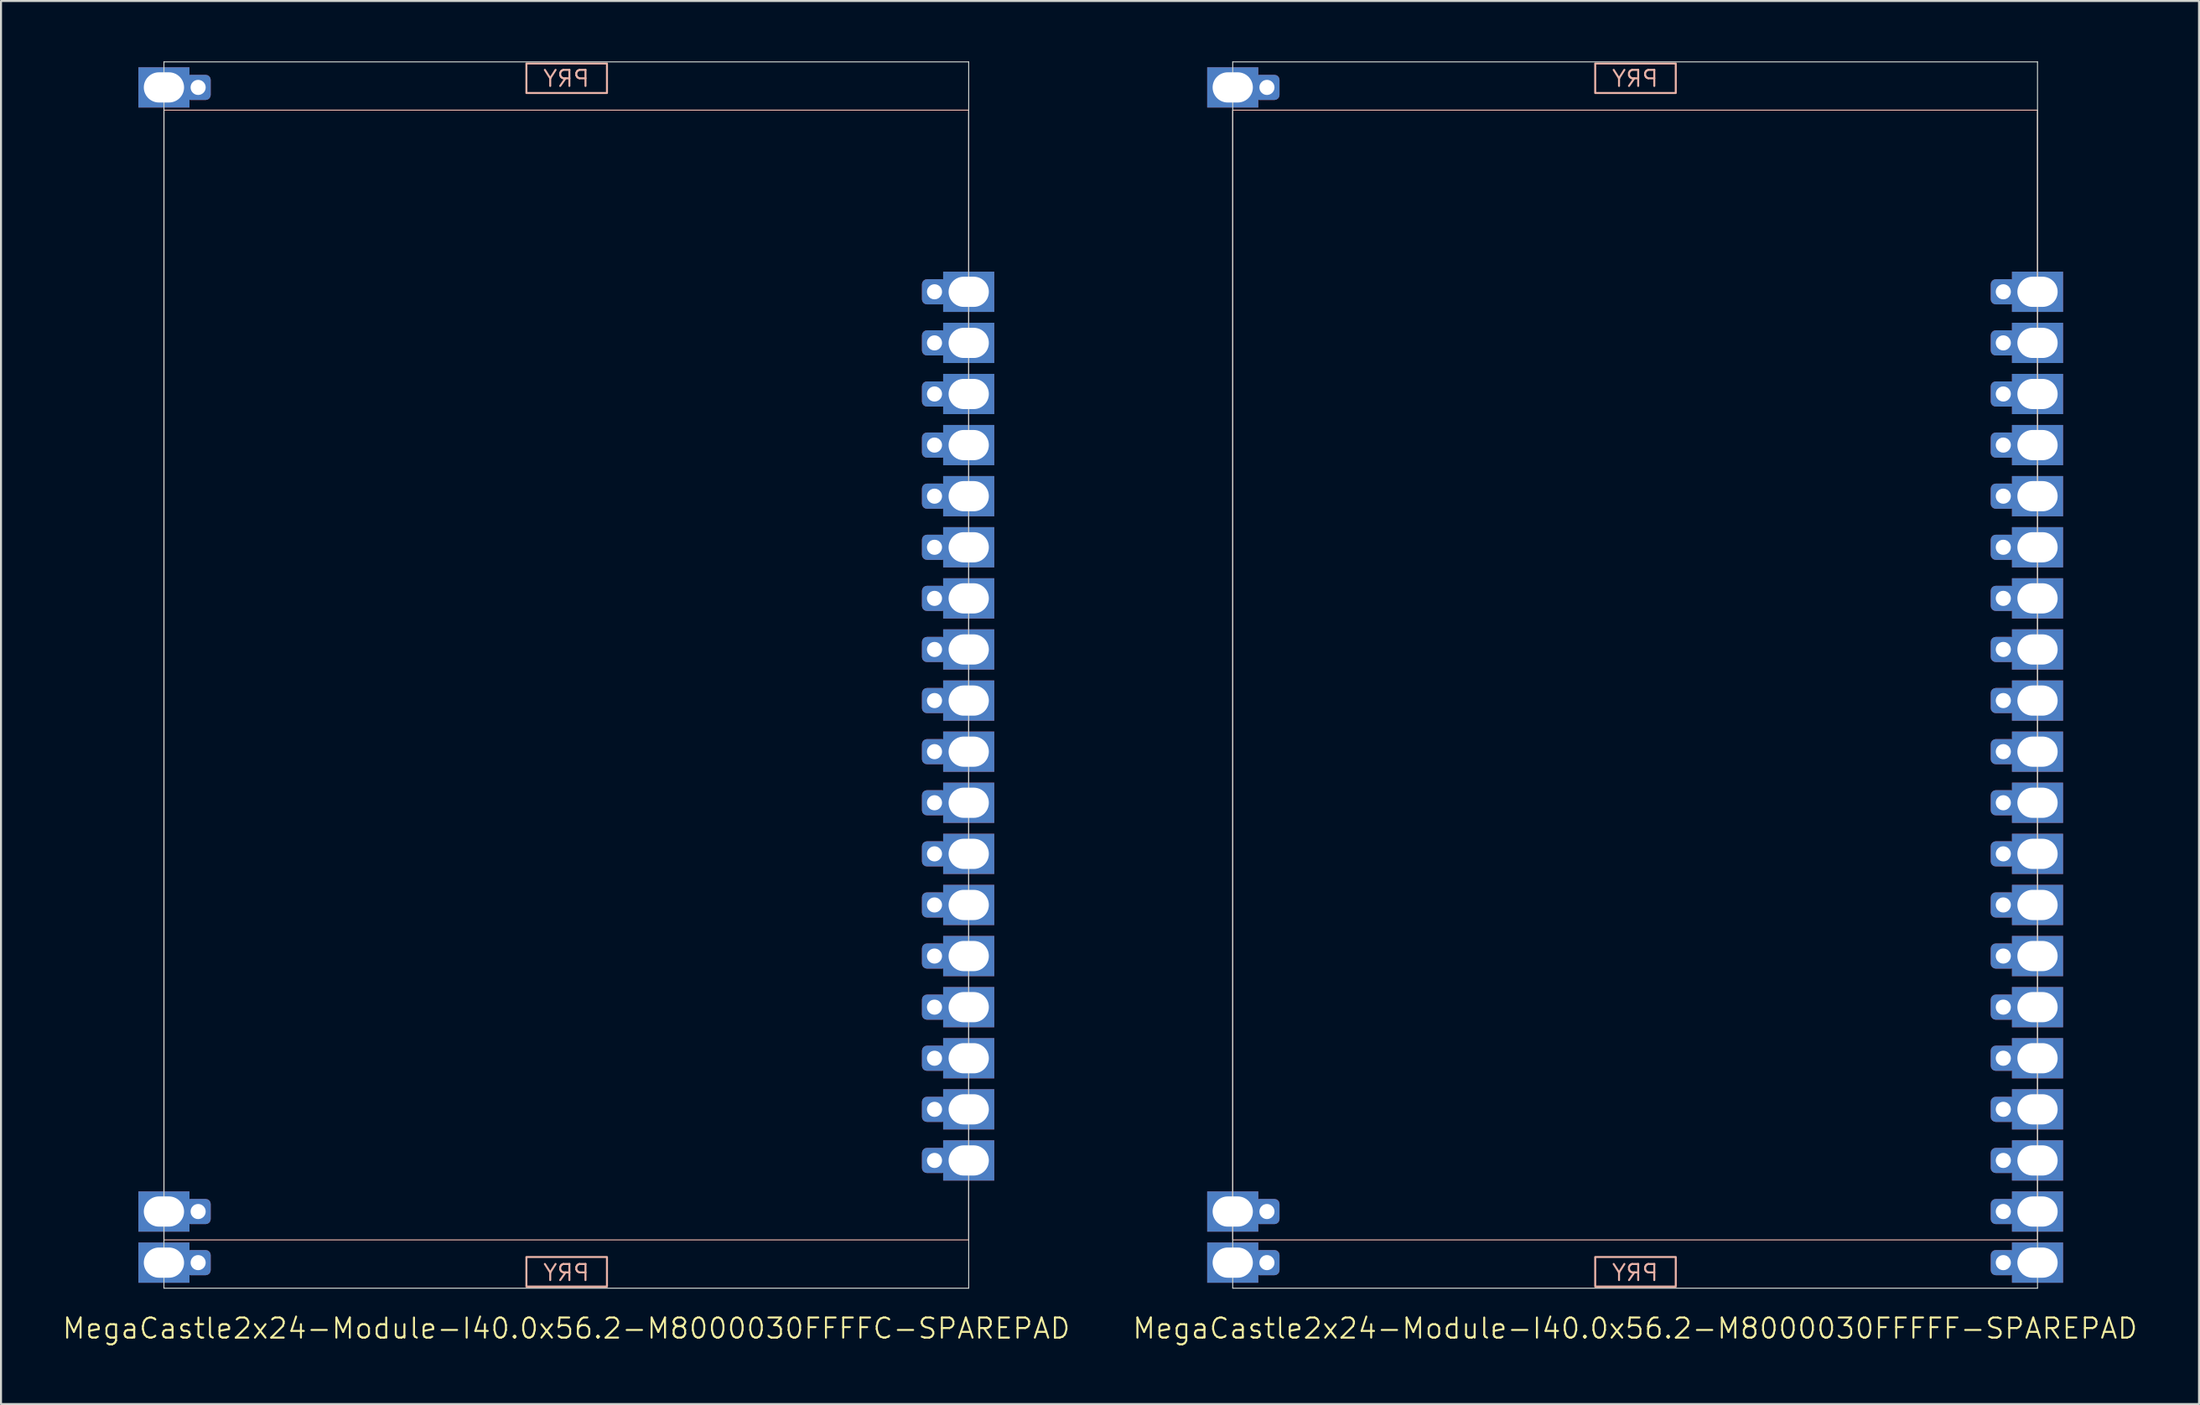
<source format=kicad_pcb>
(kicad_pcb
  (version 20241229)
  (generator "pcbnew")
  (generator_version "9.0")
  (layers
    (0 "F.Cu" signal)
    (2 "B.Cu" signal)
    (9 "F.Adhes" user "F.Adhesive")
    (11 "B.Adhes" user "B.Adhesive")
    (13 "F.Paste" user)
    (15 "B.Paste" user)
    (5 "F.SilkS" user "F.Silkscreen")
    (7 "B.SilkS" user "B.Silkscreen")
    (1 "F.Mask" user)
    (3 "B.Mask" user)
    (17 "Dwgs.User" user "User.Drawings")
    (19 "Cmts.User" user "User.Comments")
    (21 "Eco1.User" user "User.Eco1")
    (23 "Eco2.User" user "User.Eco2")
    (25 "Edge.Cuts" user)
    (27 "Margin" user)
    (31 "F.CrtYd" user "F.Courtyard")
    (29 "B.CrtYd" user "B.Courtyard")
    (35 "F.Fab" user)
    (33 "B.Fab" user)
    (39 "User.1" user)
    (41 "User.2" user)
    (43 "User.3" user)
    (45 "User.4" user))
  (footprint "MegaCastle2x24-Module-I40.0x56.2-M8000030FFFFC-SPAREPAD"
    (layer "F.Cu")
    (at 25.098 30.505)
    (property "Reference" "MegaCastle2x24-Module-I40.0x56.2-M8000030FFFFC-SPAREPAD" (at 0 32.48 0) (unlocked yes) (layer "F.SilkS") (effects (font (size 1 1) (thickness 0.1))))
    (attr smd)
    (fp_rect (start -20 28.08) (end 20 -28.08) (stroke (width 0.05) (type default)) (fill no) (layer "B.SilkS"))
    (fp_rect (start -1.984 -28.931) (end 2.02 -30.4) (stroke (width 0.1) (type default)) (fill no) (layer "B.SilkS"))
    (fp_rect (start -1.984 28.931) (end 2.02 30.4) (stroke (width 0.1) (type default)) (fill no) (layer "B.SilkS"))
    (fp_line (start -20 -30.48) (end -20 30.48) (stroke (width 0.05) (type default)) (layer "Edge.Cuts"))
    (fp_line (start -20 -30.48) (end 20 -30.48) (stroke (width 0.05) (type default)) (layer "Edge.Cuts"))
    (fp_line (start -20 30.48) (end 20 30.48) (stroke (width 0.05) (type default)) (layer "Edge.Cuts"))
    (fp_line (start 20 -30.48) (end 20 30.48) (stroke (width 0.05) (type default)) (layer "Edge.Cuts"))
    (fp_text user "PRY" (at 0 -29.18 0) (unlocked yes) (layer "B.SilkS") (effects (font (size 0.8 0.8) (thickness 0.1)) (justify bottom mirror)))
    (fp_text user "PRY" (at 0 30.18 0) (unlocked yes) (layer "B.SilkS") (effects (font (size 0.8 0.8) (thickness 0.1)) (justify bottom mirror)))
    (pad "1" thru_hole rect (at -20 -29.21) (size 2.54 2) (drill oval 2 1.5) (property pad_prop_castellated) (layers "*.Cu" "*.Mask"))
    (pad "1" thru_hole roundrect (at -18.3 -29.21 180) (size 1.25 1.25) (drill 0.75) (layers "*.Cu" "*.Mask") (roundrect_rratio 0.2))
    (pad "23" thru_hole rect (at -20 26.67) (size 2.54 2) (drill oval 2 1.5) (property pad_prop_castellated) (layers "*.Cu" "*.Mask"))
    (pad "23" thru_hole roundrect (at -18.3 26.67 180) (size 1.25 1.25) (drill 0.75) (layers "*.Cu" "*.Mask") (roundrect_rratio 0.2))
    (pad "24" thru_hole rect (at -20 29.21) (size 2.54 2) (drill oval 2 1.5) (property pad_prop_castellated) (layers "*.Cu" "*.Mask"))
    (pad "24" thru_hole roundrect (at -18.3 29.21 180) (size 1.25 1.25) (drill 0.75) (layers "*.Cu" "*.Mask") (roundrect_rratio 0.2))
    (pad "29" thru_hole roundrect (at 18.3 -19.05 180) (size 1.25 1.25) (drill 0.75) (layers "*.Cu" "*.Mask") (roundrect_rratio 0.2))
    (pad "29" thru_hole rect (at 20 -19.05) (size 2.54 2) (drill oval 2 1.5) (property pad_prop_castellated) (layers "*.Cu" "*.Mask"))
    (pad "30" thru_hole roundrect (at 18.3 -16.51 180) (size 1.25 1.25) (drill 0.75) (layers "*.Cu" "*.Mask") (roundrect_rratio 0.2))
    (pad "30" thru_hole rect (at 20 -16.51) (size 2.54 2) (drill oval 2 1.5) (property pad_prop_castellated) (layers "*.Cu" "*.Mask"))
    (pad "31" thru_hole roundrect (at 18.3 -13.97 180) (size 1.25 1.25) (drill 0.75) (layers "*.Cu" "*.Mask") (roundrect_rratio 0.2))
    (pad "31" thru_hole rect (at 20 -13.97) (size 2.54 2) (drill oval 2 1.5) (property pad_prop_castellated) (layers "*.Cu" "*.Mask"))
    (pad "32" thru_hole roundrect (at 18.3 -11.43 180) (size 1.25 1.25) (drill 0.75) (layers "*.Cu" "*.Mask") (roundrect_rratio 0.2))
    (pad "32" thru_hole rect (at 20 -11.43) (size 2.54 2) (drill oval 2 1.5) (property pad_prop_castellated) (layers "*.Cu" "*.Mask"))
    (pad "33" thru_hole roundrect (at 18.3 -8.89 180) (size 1.25 1.25) (drill 0.75) (layers "*.Cu" "*.Mask") (roundrect_rratio 0.2))
    (pad "33" thru_hole rect (at 20 -8.89) (size 2.54 2) (drill oval 2 1.5) (property pad_prop_castellated) (layers "*.Cu" "*.Mask"))
    (pad "34" thru_hole roundrect (at 18.3 -6.35 180) (size 1.25 1.25) (drill 0.75) (layers "*.Cu" "*.Mask") (roundrect_rratio 0.2))
    (pad "34" thru_hole rect (at 20 -6.35) (size 2.54 2) (drill oval 2 1.5) (property pad_prop_castellated) (layers "*.Cu" "*.Mask"))
    (pad "35" thru_hole roundrect (at 18.3 -3.81 180) (size 1.25 1.25) (drill 0.75) (layers "*.Cu" "*.Mask") (roundrect_rratio 0.2))
    (pad "35" thru_hole rect (at 20 -3.81) (size 2.54 2) (drill oval 2 1.5) (property pad_prop_castellated) (layers "*.Cu" "*.Mask"))
    (pad "36" thru_hole roundrect (at 18.3 -1.27 180) (size 1.25 1.25) (drill 0.75) (layers "*.Cu" "*.Mask") (roundrect_rratio 0.2))
    (pad "36" thru_hole rect (at 20 -1.27) (size 2.54 2) (drill oval 2 1.5) (property pad_prop_castellated) (layers "*.Cu" "*.Mask"))
    (pad "37" thru_hole roundrect (at 18.3 1.27 180) (size 1.25 1.25) (drill 0.75) (layers "*.Cu" "*.Mask") (roundrect_rratio 0.2))
    (pad "37" thru_hole rect (at 20 1.27) (size 2.54 2) (drill oval 2 1.5) (property pad_prop_castellated) (layers "*.Cu" "*.Mask"))
    (pad "38" thru_hole roundrect (at 18.3 3.81 180) (size 1.25 1.25) (drill 0.75) (layers "*.Cu" "*.Mask") (roundrect_rratio 0.2))
    (pad "38" thru_hole rect (at 20 3.81) (size 2.54 2) (drill oval 2 1.5) (property pad_prop_castellated) (layers "*.Cu" "*.Mask"))
    (pad "39" thru_hole roundrect (at 18.3 6.35 180) (size 1.25 1.25) (drill 0.75) (layers "*.Cu" "*.Mask") (roundrect_rratio 0.2))
    (pad "39" thru_hole rect (at 20 6.35) (size 2.54 2) (drill oval 2 1.5) (property pad_prop_castellated) (layers "*.Cu" "*.Mask"))
    (pad "40" thru_hole roundrect (at 18.3 8.89 180) (size 1.25 1.25) (drill 0.75) (layers "*.Cu" "*.Mask") (roundrect_rratio 0.2))
    (pad "40" thru_hole rect (at 20 8.89) (size 2.54 2) (drill oval 2 1.5) (property pad_prop_castellated) (layers "*.Cu" "*.Mask"))
    (pad "41" thru_hole roundrect (at 18.3 11.43 180) (size 1.25 1.25) (drill 0.75) (layers "*.Cu" "*.Mask") (roundrect_rratio 0.2))
    (pad "41" thru_hole rect (at 20 11.43) (size 2.54 2) (drill oval 2 1.5) (property pad_prop_castellated) (layers "*.Cu" "*.Mask"))
    (pad "42" thru_hole roundrect (at 18.3 13.97 180) (size 1.25 1.25) (drill 0.75) (layers "*.Cu" "*.Mask") (roundrect_rratio 0.2))
    (pad "42" thru_hole rect (at 20 13.97) (size 2.54 2) (drill oval 2 1.5) (property pad_prop_castellated) (layers "*.Cu" "*.Mask"))
    (pad "43" thru_hole roundrect (at 18.3 16.51 180) (size 1.25 1.25) (drill 0.75) (layers "*.Cu" "*.Mask") (roundrect_rratio 0.2))
    (pad "43" thru_hole rect (at 20 16.51) (size 2.54 2) (drill oval 2 1.5) (property pad_prop_castellated) (layers "*.Cu" "*.Mask"))
    (pad "44" thru_hole roundrect (at 18.3 19.05 180) (size 1.25 1.25) (drill 0.75) (layers "*.Cu" "*.Mask") (roundrect_rratio 0.2))
    (pad "44" thru_hole rect (at 20 19.05) (size 2.54 2) (drill oval 2 1.5) (property pad_prop_castellated) (layers "*.Cu" "*.Mask"))
    (pad "45" thru_hole roundrect (at 18.3 21.59 180) (size 1.25 1.25) (drill 0.75) (layers "*.Cu" "*.Mask") (roundrect_rratio 0.2))
    (pad "45" thru_hole rect (at 20 21.59) (size 2.54 2) (drill oval 2 1.5) (property pad_prop_castellated) (layers "*.Cu" "*.Mask"))
    (pad "46" thru_hole roundrect (at 18.3 24.13 180) (size 1.25 1.25) (drill 0.75) (layers "*.Cu" "*.Mask") (roundrect_rratio 0.2))
    (pad "46" thru_hole rect (at 20 24.13) (size 2.54 2) (drill oval 2 1.5) (property pad_prop_castellated) (layers "*.Cu" "*.Mask"))
    (zone (net_name "") (layer "B.Cu") (hatch edge 0.5) (connect_pads) (min_thickness 0.25) (filled_areas_thickness no) (keepout (tracks allowed) (vias allowed) (pads allowed) (copperpour allowed) (footprints not_allowed)) (placement (enabled no)) (fill) (polygon (pts (xy 5.098 60.985) (xy 5.098 0.025))))
    (zone (net_name "") (layer "B.Cu") (hatch edge 0.5) (connect_pads) (min_thickness 0.25) (filled_areas_thickness no) (keepout (tracks allowed) (vias allowed) (pads allowed) (copperpour allowed) (footprints not_allowed)) (placement (enabled no)) (fill) (polygon (pts (xy 45.098 60.985) (xy 45.098 0.025))))
    (zone (net_name "") (layer "B.Cu") (hatch edge 0.5) (connect_pads) (min_thickness 0.25) (filled_areas_thickness no) (keepout (tracks allowed) (vias allowed) (pads allowed) (copperpour allowed) (footprints not_allowed)) (placement (enabled no)) (fill) (polygon (pts (xy 5.098 0.025) (xy 5.098 2.425) (xy 45.098 2.425) (xy 45.098 0.025))))
    (zone (net_name "") (layer "B.Cu") (hatch edge 0.5) (connect_pads) (min_thickness 0.25) (filled_areas_thickness no) (keepout (tracks allowed) (vias allowed) (pads allowed) (copperpour allowed) (footprints not_allowed)) (placement (enabled no)) (fill) (polygon (pts (xy 5.098 60.985) (xy 5.098 58.585) (xy 45.098 58.585) (xy 45.098 60.985))))
    (zone (net_name "") (layer "B.Cu") (name "Upper Pry Zone") (hatch edge 0.5) (connect_pads) (min_thickness 0.25) (filled_areas_thickness no) (keepout (tracks not_allowed) (vias not_allowed) (pads not_allowed) (copperpour allowed) (footprints not_allowed)) (placement (enabled no)) (fill) (polygon (pts (xy 23.113 1.574) (xy 23.113 0.105) (xy 27.117 0.105) (xy 27.117 1.574))))
    (zone (net_name "") (layer "B.Cu") (name "Upper Pry Zone") (hatch edge 0.5) (connect_pads) (min_thickness 0.25) (filled_areas_thickness no) (keepout (tracks not_allowed) (vias not_allowed) (pads not_allowed) (copperpour allowed) (footprints not_allowed)) (placement (enabled no)) (fill) (polygon (pts (xy 23.113 59.436) (xy 23.113 60.905) (xy 27.117 60.905) (xy 27.117 59.436)))))
  (footprint "MegaCastle2x24-Module-I40.0x56.2-M8000030FFFFF-SPAREPAD"
    (layer "F.Cu")
    (at 78.221 30.505)
    (property "Reference" "MegaCastle2x24-Module-I40.0x56.2-M8000030FFFFF-SPAREPAD" (at 0 32.48 0) (unlocked yes) (layer "F.SilkS") (effects (font (size 1 1) (thickness 0.1))))
    (attr smd)
    (fp_rect (start -20 28.08) (end 20 -28.08) (stroke (width 0.05) (type default)) (fill no) (layer "B.SilkS"))
    (fp_rect (start -1.984 -28.931) (end 2.02 -30.4) (stroke (width 0.1) (type default)) (fill no) (layer "B.SilkS"))
    (fp_rect (start -1.984 28.931) (end 2.02 30.4) (stroke (width 0.1) (type default)) (fill no) (layer "B.SilkS"))
    (fp_line (start -20 -30.48) (end -20 30.48) (stroke (width 0.05) (type default)) (layer "Edge.Cuts"))
    (fp_line (start -20 -30.48) (end 20 -30.48) (stroke (width 0.05) (type default)) (layer "Edge.Cuts"))
    (fp_line (start -20 30.48) (end 20 30.48) (stroke (width 0.05) (type default)) (layer "Edge.Cuts"))
    (fp_line (start 20 -30.48) (end 20 30.48) (stroke (width 0.05) (type default)) (layer "Edge.Cuts"))
    (fp_text user "PRY" (at 0 30.18 0) (unlocked yes) (layer "B.SilkS") (effects (font (size 0.8 0.8) (thickness 0.1)) (justify bottom mirror)))
    (fp_text user "PRY" (at 0 -29.18 0) (unlocked yes) (layer "B.SilkS") (effects (font (size 0.8 0.8) (thickness 0.1)) (justify bottom mirror)))
    (pad "1" thru_hole rect (at -20 -29.21) (size 2.54 2) (drill oval 2 1.5) (property pad_prop_castellated) (layers "*.Cu" "*.Mask"))
    (pad "1" thru_hole roundrect (at -18.3 -29.21 180) (size 1.25 1.25) (drill 0.75) (layers "*.Cu" "*.Mask") (roundrect_rratio 0.2))
    (pad "23" thru_hole rect (at -20 26.67) (size 2.54 2) (drill oval 2 1.5) (property pad_prop_castellated) (layers "*.Cu" "*.Mask"))
    (pad "23" thru_hole roundrect (at -18.3 26.67 180) (size 1.25 1.25) (drill 0.75) (layers "*.Cu" "*.Mask") (roundrect_rratio 0.2))
    (pad "24" thru_hole rect (at -20 29.21) (size 2.54 2) (drill oval 2 1.5) (property pad_prop_castellated) (layers "*.Cu" "*.Mask"))
    (pad "24" thru_hole roundrect (at -18.3 29.21 180) (size 1.25 1.25) (drill 0.75) (layers "*.Cu" "*.Mask") (roundrect_rratio 0.2))
    (pad "29" thru_hole roundrect (at 18.3 -19.05 180) (size 1.25 1.25) (drill 0.75) (layers "*.Cu" "*.Mask") (roundrect_rratio 0.2))
    (pad "29" thru_hole rect (at 20 -19.05) (size 2.54 2) (drill oval 2 1.5) (property pad_prop_castellated) (layers "*.Cu" "*.Mask"))
    (pad "30" thru_hole roundrect (at 18.3 -16.51 180) (size 1.25 1.25) (drill 0.75) (layers "*.Cu" "*.Mask") (roundrect_rratio 0.2))
    (pad "30" thru_hole rect (at 20 -16.51) (size 2.54 2) (drill oval 2 1.5) (property pad_prop_castellated) (layers "*.Cu" "*.Mask"))
    (pad "31" thru_hole roundrect (at 18.3 -13.97 180) (size 1.25 1.25) (drill 0.75) (layers "*.Cu" "*.Mask") (roundrect_rratio 0.2))
    (pad "31" thru_hole rect (at 20 -13.97) (size 2.54 2) (drill oval 2 1.5) (property pad_prop_castellated) (layers "*.Cu" "*.Mask"))
    (pad "32" thru_hole roundrect (at 18.3 -11.43 180) (size 1.25 1.25) (drill 0.75) (layers "*.Cu" "*.Mask") (roundrect_rratio 0.2))
    (pad "32" thru_hole rect (at 20 -11.43) (size 2.54 2) (drill oval 2 1.5) (property pad_prop_castellated) (layers "*.Cu" "*.Mask"))
    (pad "33" thru_hole roundrect (at 18.3 -8.89 180) (size 1.25 1.25) (drill 0.75) (layers "*.Cu" "*.Mask") (roundrect_rratio 0.2))
    (pad "33" thru_hole rect (at 20 -8.89) (size 2.54 2) (drill oval 2 1.5) (property pad_prop_castellated) (layers "*.Cu" "*.Mask"))
    (pad "34" thru_hole roundrect (at 18.3 -6.35 180) (size 1.25 1.25) (drill 0.75) (layers "*.Cu" "*.Mask") (roundrect_rratio 0.2))
    (pad "34" thru_hole rect (at 20 -6.35) (size 2.54 2) (drill oval 2 1.5) (property pad_prop_castellated) (layers "*.Cu" "*.Mask"))
    (pad "35" thru_hole roundrect (at 18.3 -3.81 180) (size 1.25 1.25) (drill 0.75) (layers "*.Cu" "*.Mask") (roundrect_rratio 0.2))
    (pad "35" thru_hole rect (at 20 -3.81) (size 2.54 2) (drill oval 2 1.5) (property pad_prop_castellated) (layers "*.Cu" "*.Mask"))
    (pad "36" thru_hole roundrect (at 18.3 -1.27 180) (size 1.25 1.25) (drill 0.75) (layers "*.Cu" "*.Mask") (roundrect_rratio 0.2))
    (pad "36" thru_hole rect (at 20 -1.27) (size 2.54 2) (drill oval 2 1.5) (property pad_prop_castellated) (layers "*.Cu" "*.Mask"))
    (pad "37" thru_hole roundrect (at 18.3 1.27 180) (size 1.25 1.25) (drill 0.75) (layers "*.Cu" "*.Mask") (roundrect_rratio 0.2))
    (pad "37" thru_hole rect (at 20 1.27) (size 2.54 2) (drill oval 2 1.5) (property pad_prop_castellated) (layers "*.Cu" "*.Mask"))
    (pad "38" thru_hole roundrect (at 18.3 3.81 180) (size 1.25 1.25) (drill 0.75) (layers "*.Cu" "*.Mask") (roundrect_rratio 0.2))
    (pad "38" thru_hole rect (at 20 3.81) (size 2.54 2) (drill oval 2 1.5) (property pad_prop_castellated) (layers "*.Cu" "*.Mask"))
    (pad "39" thru_hole roundrect (at 18.3 6.35 180) (size 1.25 1.25) (drill 0.75) (layers "*.Cu" "*.Mask") (roundrect_rratio 0.2))
    (pad "39" thru_hole rect (at 20 6.35) (size 2.54 2) (drill oval 2 1.5) (property pad_prop_castellated) (layers "*.Cu" "*.Mask"))
    (pad "40" thru_hole roundrect (at 18.3 8.89 180) (size 1.25 1.25) (drill 0.75) (layers "*.Cu" "*.Mask") (roundrect_rratio 0.2))
    (pad "40" thru_hole rect (at 20 8.89) (size 2.54 2) (drill oval 2 1.5) (property pad_prop_castellated) (layers "*.Cu" "*.Mask"))
    (pad "41" thru_hole roundrect (at 18.3 11.43 180) (size 1.25 1.25) (drill 0.75) (layers "*.Cu" "*.Mask") (roundrect_rratio 0.2))
    (pad "41" thru_hole rect (at 20 11.43) (size 2.54 2) (drill oval 2 1.5) (property pad_prop_castellated) (layers "*.Cu" "*.Mask"))
    (pad "42" thru_hole roundrect (at 18.3 13.97 180) (size 1.25 1.25) (drill 0.75) (layers "*.Cu" "*.Mask") (roundrect_rratio 0.2))
    (pad "42" thru_hole rect (at 20 13.97) (size 2.54 2) (drill oval 2 1.5) (property pad_prop_castellated) (layers "*.Cu" "*.Mask"))
    (pad "43" thru_hole roundrect (at 18.3 16.51 180) (size 1.25 1.25) (drill 0.75) (layers "*.Cu" "*.Mask") (roundrect_rratio 0.2))
    (pad "43" thru_hole rect (at 20 16.51) (size 2.54 2) (drill oval 2 1.5) (property pad_prop_castellated) (layers "*.Cu" "*.Mask"))
    (pad "44" thru_hole roundrect (at 18.3 19.05 180) (size 1.25 1.25) (drill 0.75) (layers "*.Cu" "*.Mask") (roundrect_rratio 0.2))
    (pad "44" thru_hole rect (at 20 19.05) (size 2.54 2) (drill oval 2 1.5) (property pad_prop_castellated) (layers "*.Cu" "*.Mask"))
    (pad "45" thru_hole roundrect (at 18.3 21.59 180) (size 1.25 1.25) (drill 0.75) (layers "*.Cu" "*.Mask") (roundrect_rratio 0.2))
    (pad "45" thru_hole rect (at 20 21.59) (size 2.54 2) (drill oval 2 1.5) (property pad_prop_castellated) (layers "*.Cu" "*.Mask"))
    (pad "46" thru_hole roundrect (at 18.3 24.13 180) (size 1.25 1.25) (drill 0.75) (layers "*.Cu" "*.Mask") (roundrect_rratio 0.2))
    (pad "46" thru_hole rect (at 20 24.13) (size 2.54 2) (drill oval 2 1.5) (property pad_prop_castellated) (layers "*.Cu" "*.Mask"))
    (pad "47" thru_hole roundrect (at 18.3 26.67 180) (size 1.25 1.25) (drill 0.75) (layers "*.Cu" "*.Mask") (roundrect_rratio 0.2))
    (pad "47" thru_hole rect (at 20 26.67) (size 2.54 2) (drill oval 2 1.5) (property pad_prop_castellated) (layers "*.Cu" "*.Mask"))
    (pad "48" thru_hole roundrect (at 18.3 29.21 180) (size 1.25 1.25) (drill 0.75) (layers "*.Cu" "*.Mask") (roundrect_rratio 0.2))
    (pad "48" thru_hole rect (at 20 29.21) (size 2.54 2) (drill oval 2 1.5) (property pad_prop_castellated) (layers "*.Cu" "*.Mask"))
    (zone (net_name "") (layer "B.Cu") (hatch edge 0.5) (connect_pads) (min_thickness 0.25) (filled_areas_thickness no) (keepout (tracks allowed) (vias allowed) (pads allowed) (copperpour allowed) (footprints not_allowed)) (placement (enabled no)) (fill) (polygon (pts (xy 58.221 60.985) (xy 58.221 0.025))))
    (zone (net_name "") (layer "B.Cu") (hatch edge 0.5) (connect_pads) (min_thickness 0.25) (filled_areas_thickness no) (keepout (tracks allowed) (vias allowed) (pads allowed) (copperpour allowed) (footprints not_allowed)) (placement (enabled no)) (fill) (polygon (pts (xy 98.221 60.985) (xy 98.221 0.025))))
    (zone (net_name "") (layer "B.Cu") (hatch edge 0.5) (connect_pads) (min_thickness 0.25) (filled_areas_thickness no) (keepout (tracks allowed) (vias allowed) (pads allowed) (copperpour allowed) (footprints not_allowed)) (placement (enabled no)) (fill) (polygon (pts (xy 58.221 0.025) (xy 58.221 2.425) (xy 98.221 2.425) (xy 98.221 0.025))))
    (zone (net_name "") (layer "B.Cu") (hatch edge 0.5) (connect_pads) (min_thickness 0.25) (filled_areas_thickness no) (keepout (tracks allowed) (vias allowed) (pads allowed) (copperpour allowed) (footprints not_allowed)) (placement (enabled no)) (fill) (polygon (pts (xy 58.221 60.985) (xy 58.221 58.585) (xy 98.221 58.585) (xy 98.221 60.985))))
    (zone (net_name "") (layer "B.Cu") (name "Upper Pry Zone") (hatch edge 0.5) (connect_pads) (min_thickness 0.25) (filled_areas_thickness no) (keepout (tracks not_allowed) (vias not_allowed) (pads not_allowed) (copperpour allowed) (footprints not_allowed)) (placement (enabled no)) (fill) (polygon (pts (xy 76.237 1.574) (xy 76.237 0.105) (xy 80.241 0.105) (xy 80.241 1.574))))
    (zone (net_name "") (layer "B.Cu") (name "Upper Pry Zone") (hatch edge 0.5) (connect_pads) (min_thickness 0.25) (filled_areas_thickness no) (keepout (tracks not_allowed) (vias not_allowed) (pads not_allowed) (copperpour allowed) (footprints not_allowed)) (placement (enabled no)) (fill) (polygon (pts (xy 76.237 59.436) (xy 76.237 60.905) (xy 80.241 60.905) (xy 80.241 59.436)))))
  (gr_rect
    (start -3 -3)
    (end 106.248 66.746)
    (stroke (width 0.1) (type default))
    (fill no)
    (layer "Edge.Cuts")))
</source>
